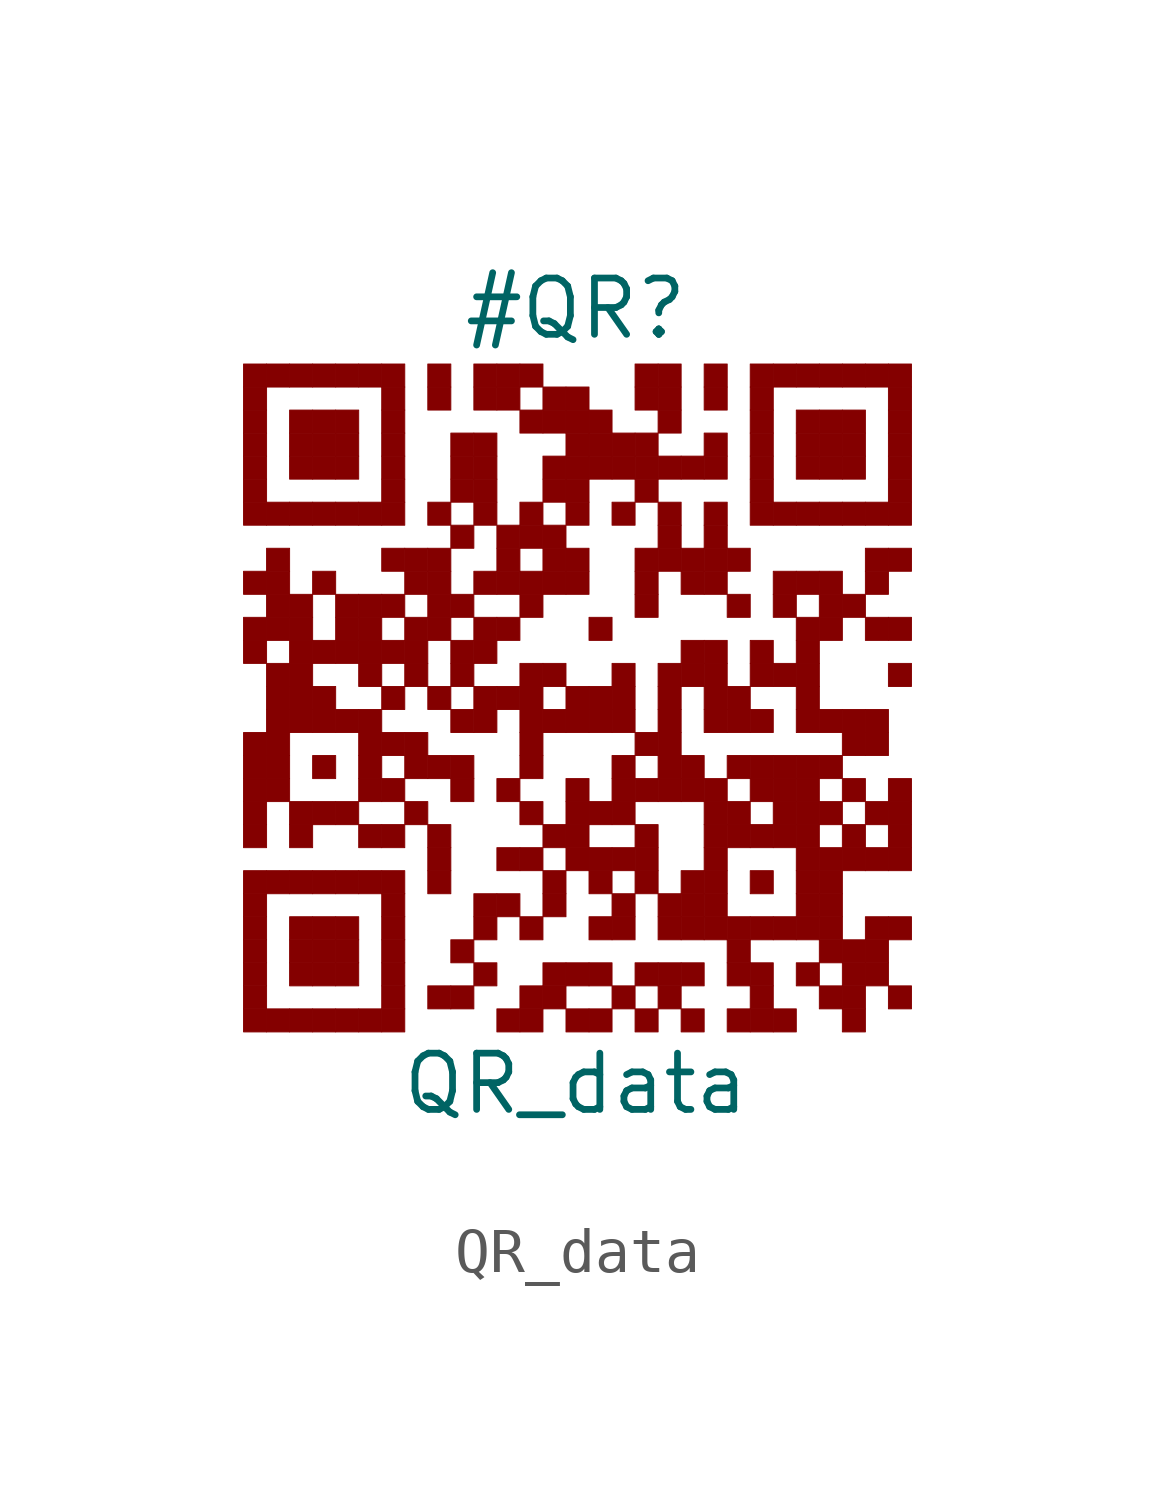
<source format=kicad_sym>
(kicad_symbol_lib
  (version 20211014)
  (generator kibot)
  (symbol "QR_data"
    (pin_numbers hide)
    (pin_names hide)
    (property "Reference" "#QR"
      (at 0 8.75 0)
      (effects (font (size 1.27 1.27))))
    (property "Value" "QR_data"
      (at 0 -8.75 0)
      (effects (font (size 1.27 1.27))))
    (rectangle
      (start -7.5 7.5)
      (end -6.98 6.98)
      (stroke (width 0.001) (type default))
      (fill (type outline)))
    (rectangle
      (start -6.98 7.5)
      (end -6.46 6.98)
      (stroke (width 0.001) (type default))
      (fill (type outline)))
    (rectangle
      (start -6.46 7.5)
      (end -5.94 6.98)
      (stroke (width 0.001) (type default))
      (fill (type outline)))
    (rectangle
      (start -5.94 7.5)
      (end -5.42 6.98)
      (stroke (width 0.001) (type default))
      (fill (type outline)))
    (rectangle
      (start -5.42 7.5)
      (end -4.9 6.98)
      (stroke (width 0.001) (type default))
      (fill (type outline)))
    (rectangle
      (start -4.9 7.5)
      (end -4.38 6.98)
      (stroke (width 0.001) (type default))
      (fill (type outline)))
    (rectangle
      (start -4.38 7.5)
      (end -3.86 6.98)
      (stroke (width 0.001) (type default))
      (fill (type outline)))
    (rectangle
      (start -3.34 7.5)
      (end -2.82 6.98)
      (stroke (width 0.001) (type default))
      (fill (type outline)))
    (rectangle
      (start -2.3 7.5)
      (end -1.78 6.98)
      (stroke (width 0.001) (type default))
      (fill (type outline)))
    (rectangle
      (start -1.78 7.5)
      (end -1.26 6.98)
      (stroke (width 0.001) (type default))
      (fill (type outline)))
    (rectangle
      (start -1.26 7.5)
      (end -0.74 6.98)
      (stroke (width 0.001) (type default))
      (fill (type outline)))
    (rectangle
      (start 1.34 7.5)
      (end 1.86 6.98)
      (stroke (width 0.001) (type default))
      (fill (type outline)))
    (rectangle
      (start 1.86 7.5)
      (end 2.38 6.98)
      (stroke (width 0.001) (type default))
      (fill (type outline)))
    (rectangle
      (start 2.9 7.5)
      (end 3.42 6.98)
      (stroke (width 0.001) (type default))
      (fill (type outline)))
    (rectangle
      (start 3.94 7.5)
      (end 4.46 6.98)
      (stroke (width 0.001) (type default))
      (fill (type outline)))
    (rectangle
      (start 4.46 7.5)
      (end 4.98 6.98)
      (stroke (width 0.001) (type default))
      (fill (type outline)))
    (rectangle
      (start 4.98 7.5)
      (end 5.5 6.98)
      (stroke (width 0.001) (type default))
      (fill (type outline)))
    (rectangle
      (start 5.5 7.5)
      (end 6.02 6.98)
      (stroke (width 0.001) (type default))
      (fill (type outline)))
    (rectangle
      (start 6.02 7.5)
      (end 6.54 6.98)
      (stroke (width 0.001) (type default))
      (fill (type outline)))
    (rectangle
      (start 6.54 7.5)
      (end 7.06 6.98)
      (stroke (width 0.001) (type default))
      (fill (type outline)))
    (rectangle
      (start 7.06 7.5)
      (end 7.58 6.98)
      (stroke (width 0.001) (type default))
      (fill (type outline)))
    (rectangle
      (start -7.5 6.98)
      (end -6.98 6.46)
      (stroke (width 0.001) (type default))
      (fill (type outline)))
    (rectangle
      (start -4.38 6.98)
      (end -3.86 6.46)
      (stroke (width 0.001) (type default))
      (fill (type outline)))
    (rectangle
      (start -3.34 6.98)
      (end -2.82 6.46)
      (stroke (width 0.001) (type default))
      (fill (type outline)))
    (rectangle
      (start -2.3 6.98)
      (end -1.78 6.46)
      (stroke (width 0.001) (type default))
      (fill (type outline)))
    (rectangle
      (start -1.78 6.98)
      (end -1.26 6.46)
      (stroke (width 0.001) (type default))
      (fill (type outline)))
    (rectangle
      (start -0.74 6.98)
      (end -0.22 6.46)
      (stroke (width 0.001) (type default))
      (fill (type outline)))
    (rectangle
      (start -0.22 6.98)
      (end 0.3 6.46)
      (stroke (width 0.001) (type default))
      (fill (type outline)))
    (rectangle
      (start 1.34 6.98)
      (end 1.86 6.46)
      (stroke (width 0.001) (type default))
      (fill (type outline)))
    (rectangle
      (start 1.86 6.98)
      (end 2.38 6.46)
      (stroke (width 0.001) (type default))
      (fill (type outline)))
    (rectangle
      (start 2.9 6.98)
      (end 3.42 6.46)
      (stroke (width 0.001) (type default))
      (fill (type outline)))
    (rectangle
      (start 3.94 6.98)
      (end 4.46 6.46)
      (stroke (width 0.001) (type default))
      (fill (type outline)))
    (rectangle
      (start 7.06 6.98)
      (end 7.58 6.46)
      (stroke (width 0.001) (type default))
      (fill (type outline)))
    (rectangle
      (start -7.5 6.46)
      (end -6.98 5.94)
      (stroke (width 0.001) (type default))
      (fill (type outline)))
    (rectangle
      (start -6.46 6.46)
      (end -5.94 5.94)
      (stroke (width 0.001) (type default))
      (fill (type outline)))
    (rectangle
      (start -5.94 6.46)
      (end -5.42 5.94)
      (stroke (width 0.001) (type default))
      (fill (type outline)))
    (rectangle
      (start -5.42 6.46)
      (end -4.9 5.94)
      (stroke (width 0.001) (type default))
      (fill (type outline)))
    (rectangle
      (start -4.38 6.46)
      (end -3.86 5.94)
      (stroke (width 0.001) (type default))
      (fill (type outline)))
    (rectangle
      (start -1.26 6.46)
      (end -0.74 5.94)
      (stroke (width 0.001) (type default))
      (fill (type outline)))
    (rectangle
      (start -0.74 6.46)
      (end -0.22 5.94)
      (stroke (width 0.001) (type default))
      (fill (type outline)))
    (rectangle
      (start -0.22 6.46)
      (end 0.3 5.94)
      (stroke (width 0.001) (type default))
      (fill (type outline)))
    (rectangle
      (start 0.3 6.46)
      (end 0.82 5.94)
      (stroke (width 0.001) (type default))
      (fill (type outline)))
    (rectangle
      (start 1.86 6.46)
      (end 2.38 5.94)
      (stroke (width 0.001) (type default))
      (fill (type outline)))
    (rectangle
      (start 3.94 6.46)
      (end 4.46 5.94)
      (stroke (width 0.001) (type default))
      (fill (type outline)))
    (rectangle
      (start 4.98 6.46)
      (end 5.5 5.94)
      (stroke (width 0.001) (type default))
      (fill (type outline)))
    (rectangle
      (start 5.5 6.46)
      (end 6.02 5.94)
      (stroke (width 0.001) (type default))
      (fill (type outline)))
    (rectangle
      (start 6.02 6.46)
      (end 6.54 5.94)
      (stroke (width 0.001) (type default))
      (fill (type outline)))
    (rectangle
      (start 7.06 6.46)
      (end 7.58 5.94)
      (stroke (width 0.001) (type default))
      (fill (type outline)))
    (rectangle
      (start -7.5 5.94)
      (end -6.98 5.42)
      (stroke (width 0.001) (type default))
      (fill (type outline)))
    (rectangle
      (start -6.46 5.94)
      (end -5.94 5.42)
      (stroke (width 0.001) (type default))
      (fill (type outline)))
    (rectangle
      (start -5.94 5.94)
      (end -5.42 5.42)
      (stroke (width 0.001) (type default))
      (fill (type outline)))
    (rectangle
      (start -5.42 5.94)
      (end -4.9 5.42)
      (stroke (width 0.001) (type default))
      (fill (type outline)))
    (rectangle
      (start -4.38 5.94)
      (end -3.86 5.42)
      (stroke (width 0.001) (type default))
      (fill (type outline)))
    (rectangle
      (start -2.82 5.94)
      (end -2.3 5.42)
      (stroke (width 0.001) (type default))
      (fill (type outline)))
    (rectangle
      (start -2.3 5.94)
      (end -1.78 5.42)
      (stroke (width 0.001) (type default))
      (fill (type outline)))
    (rectangle
      (start -0.22 5.94)
      (end 0.3 5.42)
      (stroke (width 0.001) (type default))
      (fill (type outline)))
    (rectangle
      (start 0.3 5.94)
      (end 0.82 5.42)
      (stroke (width 0.001) (type default))
      (fill (type outline)))
    (rectangle
      (start 0.82 5.94)
      (end 1.34 5.42)
      (stroke (width 0.001) (type default))
      (fill (type outline)))
    (rectangle
      (start 1.34 5.94)
      (end 1.86 5.42)
      (stroke (width 0.001) (type default))
      (fill (type outline)))
    (rectangle
      (start 2.9 5.94)
      (end 3.42 5.42)
      (stroke (width 0.001) (type default))
      (fill (type outline)))
    (rectangle
      (start 3.94 5.94)
      (end 4.46 5.42)
      (stroke (width 0.001) (type default))
      (fill (type outline)))
    (rectangle
      (start 4.98 5.94)
      (end 5.5 5.42)
      (stroke (width 0.001) (type default))
      (fill (type outline)))
    (rectangle
      (start 5.5 5.94)
      (end 6.02 5.42)
      (stroke (width 0.001) (type default))
      (fill (type outline)))
    (rectangle
      (start 6.02 5.94)
      (end 6.54 5.42)
      (stroke (width 0.001) (type default))
      (fill (type outline)))
    (rectangle
      (start 7.06 5.94)
      (end 7.58 5.42)
      (stroke (width 0.001) (type default))
      (fill (type outline)))
    (rectangle
      (start -7.5 5.42)
      (end -6.98 4.9)
      (stroke (width 0.001) (type default))
      (fill (type outline)))
    (rectangle
      (start -6.46 5.42)
      (end -5.94 4.9)
      (stroke (width 0.001) (type default))
      (fill (type outline)))
    (rectangle
      (start -5.94 5.42)
      (end -5.42 4.9)
      (stroke (width 0.001) (type default))
      (fill (type outline)))
    (rectangle
      (start -5.42 5.42)
      (end -4.9 4.9)
      (stroke (width 0.001) (type default))
      (fill (type outline)))
    (rectangle
      (start -4.38 5.42)
      (end -3.86 4.9)
      (stroke (width 0.001) (type default))
      (fill (type outline)))
    (rectangle
      (start -2.82 5.42)
      (end -2.3 4.9)
      (stroke (width 0.001) (type default))
      (fill (type outline)))
    (rectangle
      (start -2.3 5.42)
      (end -1.78 4.9)
      (stroke (width 0.001) (type default))
      (fill (type outline)))
    (rectangle
      (start -0.74 5.42)
      (end -0.22 4.9)
      (stroke (width 0.001) (type default))
      (fill (type outline)))
    (rectangle
      (start -0.22 5.42)
      (end 0.3 4.9)
      (stroke (width 0.001) (type default))
      (fill (type outline)))
    (rectangle
      (start 0.3 5.42)
      (end 0.82 4.9)
      (stroke (width 0.001) (type default))
      (fill (type outline)))
    (rectangle
      (start 0.82 5.42)
      (end 1.34 4.9)
      (stroke (width 0.001) (type default))
      (fill (type outline)))
    (rectangle
      (start 1.34 5.42)
      (end 1.86 4.9)
      (stroke (width 0.001) (type default))
      (fill (type outline)))
    (rectangle
      (start 1.86 5.42)
      (end 2.38 4.9)
      (stroke (width 0.001) (type default))
      (fill (type outline)))
    (rectangle
      (start 2.38 5.42)
      (end 2.9 4.9)
      (stroke (width 0.001) (type default))
      (fill (type outline)))
    (rectangle
      (start 2.9 5.42)
      (end 3.42 4.9)
      (stroke (width 0.001) (type default))
      (fill (type outline)))
    (rectangle
      (start 3.94 5.42)
      (end 4.46 4.9)
      (stroke (width 0.001) (type default))
      (fill (type outline)))
    (rectangle
      (start 4.98 5.42)
      (end 5.5 4.9)
      (stroke (width 0.001) (type default))
      (fill (type outline)))
    (rectangle
      (start 5.5 5.42)
      (end 6.02 4.9)
      (stroke (width 0.001) (type default))
      (fill (type outline)))
    (rectangle
      (start 6.02 5.42)
      (end 6.54 4.9)
      (stroke (width 0.001) (type default))
      (fill (type outline)))
    (rectangle
      (start 7.06 5.42)
      (end 7.58 4.9)
      (stroke (width 0.001) (type default))
      (fill (type outline)))
    (rectangle
      (start -7.5 4.9)
      (end -6.98 4.38)
      (stroke (width 0.001) (type default))
      (fill (type outline)))
    (rectangle
      (start -4.38 4.9)
      (end -3.86 4.38)
      (stroke (width 0.001) (type default))
      (fill (type outline)))
    (rectangle
      (start -2.82 4.9)
      (end -2.3 4.38)
      (stroke (width 0.001) (type default))
      (fill (type outline)))
    (rectangle
      (start -2.3 4.9)
      (end -1.78 4.38)
      (stroke (width 0.001) (type default))
      (fill (type outline)))
    (rectangle
      (start -0.74 4.9)
      (end -0.22 4.38)
      (stroke (width 0.001) (type default))
      (fill (type outline)))
    (rectangle
      (start -0.22 4.9)
      (end 0.3 4.38)
      (stroke (width 0.001) (type default))
      (fill (type outline)))
    (rectangle
      (start 1.34 4.9)
      (end 1.86 4.38)
      (stroke (width 0.001) (type default))
      (fill (type outline)))
    (rectangle
      (start 3.94 4.9)
      (end 4.46 4.38)
      (stroke (width 0.001) (type default))
      (fill (type outline)))
    (rectangle
      (start 7.06 4.9)
      (end 7.58 4.38)
      (stroke (width 0.001) (type default))
      (fill (type outline)))
    (rectangle
      (start -7.5 4.38)
      (end -6.98 3.86)
      (stroke (width 0.001) (type default))
      (fill (type outline)))
    (rectangle
      (start -6.98 4.38)
      (end -6.46 3.86)
      (stroke (width 0.001) (type default))
      (fill (type outline)))
    (rectangle
      (start -6.46 4.38)
      (end -5.94 3.86)
      (stroke (width 0.001) (type default))
      (fill (type outline)))
    (rectangle
      (start -5.94 4.38)
      (end -5.42 3.86)
      (stroke (width 0.001) (type default))
      (fill (type outline)))
    (rectangle
      (start -5.42 4.38)
      (end -4.9 3.86)
      (stroke (width 0.001) (type default))
      (fill (type outline)))
    (rectangle
      (start -4.9 4.38)
      (end -4.38 3.86)
      (stroke (width 0.001) (type default))
      (fill (type outline)))
    (rectangle
      (start -4.38 4.38)
      (end -3.86 3.86)
      (stroke (width 0.001) (type default))
      (fill (type outline)))
    (rectangle
      (start -3.34 4.38)
      (end -2.82 3.86)
      (stroke (width 0.001) (type default))
      (fill (type outline)))
    (rectangle
      (start -2.3 4.38)
      (end -1.78 3.86)
      (stroke (width 0.001) (type default))
      (fill (type outline)))
    (rectangle
      (start -1.26 4.38)
      (end -0.74 3.86)
      (stroke (width 0.001) (type default))
      (fill (type outline)))
    (rectangle
      (start -0.22 4.38)
      (end 0.3 3.86)
      (stroke (width 0.001) (type default))
      (fill (type outline)))
    (rectangle
      (start 0.82 4.38)
      (end 1.34 3.86)
      (stroke (width 0.001) (type default))
      (fill (type outline)))
    (rectangle
      (start 1.86 4.38)
      (end 2.38 3.86)
      (stroke (width 0.001) (type default))
      (fill (type outline)))
    (rectangle
      (start 2.9 4.38)
      (end 3.42 3.86)
      (stroke (width 0.001) (type default))
      (fill (type outline)))
    (rectangle
      (start 3.94 4.38)
      (end 4.46 3.86)
      (stroke (width 0.001) (type default))
      (fill (type outline)))
    (rectangle
      (start 4.46 4.38)
      (end 4.98 3.86)
      (stroke (width 0.001) (type default))
      (fill (type outline)))
    (rectangle
      (start 4.98 4.38)
      (end 5.5 3.86)
      (stroke (width 0.001) (type default))
      (fill (type outline)))
    (rectangle
      (start 5.5 4.38)
      (end 6.02 3.86)
      (stroke (width 0.001) (type default))
      (fill (type outline)))
    (rectangle
      (start 6.02 4.38)
      (end 6.54 3.86)
      (stroke (width 0.001) (type default))
      (fill (type outline)))
    (rectangle
      (start 6.54 4.38)
      (end 7.06 3.86)
      (stroke (width 0.001) (type default))
      (fill (type outline)))
    (rectangle
      (start 7.06 4.38)
      (end 7.58 3.86)
      (stroke (width 0.001) (type default))
      (fill (type outline)))
    (rectangle
      (start -2.82 3.86)
      (end -2.3 3.34)
      (stroke (width 0.001) (type default))
      (fill (type outline)))
    (rectangle
      (start -1.78 3.86)
      (end -1.26 3.34)
      (stroke (width 0.001) (type default))
      (fill (type outline)))
    (rectangle
      (start -1.26 3.86)
      (end -0.74 3.34)
      (stroke (width 0.001) (type default))
      (fill (type outline)))
    (rectangle
      (start -0.74 3.86)
      (end -0.22 3.34)
      (stroke (width 0.001) (type default))
      (fill (type outline)))
    (rectangle
      (start 1.86 3.86)
      (end 2.38 3.34)
      (stroke (width 0.001) (type default))
      (fill (type outline)))
    (rectangle
      (start 2.9 3.86)
      (end 3.42 3.34)
      (stroke (width 0.001) (type default))
      (fill (type outline)))
    (rectangle
      (start -6.98 3.34)
      (end -6.46 2.82)
      (stroke (width 0.001) (type default))
      (fill (type outline)))
    (rectangle
      (start -4.38 3.34)
      (end -3.86 2.82)
      (stroke (width 0.001) (type default))
      (fill (type outline)))
    (rectangle
      (start -3.86 3.34)
      (end -3.34 2.82)
      (stroke (width 0.001) (type default))
      (fill (type outline)))
    (rectangle
      (start -3.34 3.34)
      (end -2.82 2.82)
      (stroke (width 0.001) (type default))
      (fill (type outline)))
    (rectangle
      (start -1.78 3.34)
      (end -1.26 2.82)
      (stroke (width 0.001) (type default))
      (fill (type outline)))
    (rectangle
      (start -0.74 3.34)
      (end -0.22 2.82)
      (stroke (width 0.001) (type default))
      (fill (type outline)))
    (rectangle
      (start -0.22 3.34)
      (end 0.3 2.82)
      (stroke (width 0.001) (type default))
      (fill (type outline)))
    (rectangle
      (start 1.34 3.34)
      (end 1.86 2.82)
      (stroke (width 0.001) (type default))
      (fill (type outline)))
    (rectangle
      (start 1.86 3.34)
      (end 2.38 2.82)
      (stroke (width 0.001) (type default))
      (fill (type outline)))
    (rectangle
      (start 2.38 3.34)
      (end 2.9 2.82)
      (stroke (width 0.001) (type default))
      (fill (type outline)))
    (rectangle
      (start 2.9 3.34)
      (end 3.42 2.82)
      (stroke (width 0.001) (type default))
      (fill (type outline)))
    (rectangle
      (start 3.42 3.34)
      (end 3.94 2.82)
      (stroke (width 0.001) (type default))
      (fill (type outline)))
    (rectangle
      (start 6.54 3.34)
      (end 7.06 2.82)
      (stroke (width 0.001) (type default))
      (fill (type outline)))
    (rectangle
      (start 7.06 3.34)
      (end 7.58 2.82)
      (stroke (width 0.001) (type default))
      (fill (type outline)))
    (rectangle
      (start -7.5 2.82)
      (end -6.98 2.3)
      (stroke (width 0.001) (type default))
      (fill (type outline)))
    (rectangle
      (start -6.98 2.82)
      (end -6.46 2.3)
      (stroke (width 0.001) (type default))
      (fill (type outline)))
    (rectangle
      (start -5.94 2.82)
      (end -5.42 2.3)
      (stroke (width 0.001) (type default))
      (fill (type outline)))
    (rectangle
      (start -3.86 2.82)
      (end -3.34 2.3)
      (stroke (width 0.001) (type default))
      (fill (type outline)))
    (rectangle
      (start -3.34 2.82)
      (end -2.82 2.3)
      (stroke (width 0.001) (type default))
      (fill (type outline)))
    (rectangle
      (start -2.3 2.82)
      (end -1.78 2.3)
      (stroke (width 0.001) (type default))
      (fill (type outline)))
    (rectangle
      (start -1.78 2.82)
      (end -1.26 2.3)
      (stroke (width 0.001) (type default))
      (fill (type outline)))
    (rectangle
      (start -1.26 2.82)
      (end -0.74 2.3)
      (stroke (width 0.001) (type default))
      (fill (type outline)))
    (rectangle
      (start -0.74 2.82)
      (end -0.22 2.3)
      (stroke (width 0.001) (type default))
      (fill (type outline)))
    (rectangle
      (start -0.22 2.82)
      (end 0.3 2.3)
      (stroke (width 0.001) (type default))
      (fill (type outline)))
    (rectangle
      (start 1.34 2.82)
      (end 1.86 2.3)
      (stroke (width 0.001) (type default))
      (fill (type outline)))
    (rectangle
      (start 2.38 2.82)
      (end 2.9 2.3)
      (stroke (width 0.001) (type default))
      (fill (type outline)))
    (rectangle
      (start 2.9 2.82)
      (end 3.42 2.3)
      (stroke (width 0.001) (type default))
      (fill (type outline)))
    (rectangle
      (start 4.46 2.82)
      (end 4.98 2.3)
      (stroke (width 0.001) (type default))
      (fill (type outline)))
    (rectangle
      (start 4.98 2.82)
      (end 5.5 2.3)
      (stroke (width 0.001) (type default))
      (fill (type outline)))
    (rectangle
      (start 5.5 2.82)
      (end 6.02 2.3)
      (stroke (width 0.001) (type default))
      (fill (type outline)))
    (rectangle
      (start 6.54 2.82)
      (end 7.06 2.3)
      (stroke (width 0.001) (type default))
      (fill (type outline)))
    (rectangle
      (start -6.98 2.3)
      (end -6.46 1.78)
      (stroke (width 0.001) (type default))
      (fill (type outline)))
    (rectangle
      (start -6.46 2.3)
      (end -5.94 1.78)
      (stroke (width 0.001) (type default))
      (fill (type outline)))
    (rectangle
      (start -5.42 2.3)
      (end -4.9 1.78)
      (stroke (width 0.001) (type default))
      (fill (type outline)))
    (rectangle
      (start -4.9 2.3)
      (end -4.38 1.78)
      (stroke (width 0.001) (type default))
      (fill (type outline)))
    (rectangle
      (start -4.38 2.3)
      (end -3.86 1.78)
      (stroke (width 0.001) (type default))
      (fill (type outline)))
    (rectangle
      (start -3.34 2.3)
      (end -2.82 1.78)
      (stroke (width 0.001) (type default))
      (fill (type outline)))
    (rectangle
      (start -2.82 2.3)
      (end -2.3 1.78)
      (stroke (width 0.001) (type default))
      (fill (type outline)))
    (rectangle
      (start -1.26 2.3)
      (end -0.74 1.78)
      (stroke (width 0.001) (type default))
      (fill (type outline)))
    (rectangle
      (start 1.34 2.3)
      (end 1.86 1.78)
      (stroke (width 0.001) (type default))
      (fill (type outline)))
    (rectangle
      (start 3.42 2.3)
      (end 3.94 1.78)
      (stroke (width 0.001) (type default))
      (fill (type outline)))
    (rectangle
      (start 4.46 2.3)
      (end 4.98 1.78)
      (stroke (width 0.001) (type default))
      (fill (type outline)))
    (rectangle
      (start 5.5 2.3)
      (end 6.02 1.78)
      (stroke (width 0.001) (type default))
      (fill (type outline)))
    (rectangle
      (start 6.02 2.3)
      (end 6.54 1.78)
      (stroke (width 0.001) (type default))
      (fill (type outline)))
    (rectangle
      (start -7.5 1.78)
      (end -6.98 1.26)
      (stroke (width 0.001) (type default))
      (fill (type outline)))
    (rectangle
      (start -6.98 1.78)
      (end -6.46 1.26)
      (stroke (width 0.001) (type default))
      (fill (type outline)))
    (rectangle
      (start -6.46 1.78)
      (end -5.94 1.26)
      (stroke (width 0.001) (type default))
      (fill (type outline)))
    (rectangle
      (start -5.42 1.78)
      (end -4.9 1.26)
      (stroke (width 0.001) (type default))
      (fill (type outline)))
    (rectangle
      (start -4.9 1.78)
      (end -4.38 1.26)
      (stroke (width 0.001) (type default))
      (fill (type outline)))
    (rectangle
      (start -3.86 1.78)
      (end -3.34 1.26)
      (stroke (width 0.001) (type default))
      (fill (type outline)))
    (rectangle
      (start -3.34 1.78)
      (end -2.82 1.26)
      (stroke (width 0.001) (type default))
      (fill (type outline)))
    (rectangle
      (start -2.3 1.78)
      (end -1.78 1.26)
      (stroke (width 0.001) (type default))
      (fill (type outline)))
    (rectangle
      (start -1.78 1.78)
      (end -1.26 1.26)
      (stroke (width 0.001) (type default))
      (fill (type outline)))
    (rectangle
      (start 0.3 1.78)
      (end 0.82 1.26)
      (stroke (width 0.001) (type default))
      (fill (type outline)))
    (rectangle
      (start 4.98 1.78)
      (end 5.5 1.26)
      (stroke (width 0.001) (type default))
      (fill (type outline)))
    (rectangle
      (start 5.5 1.78)
      (end 6.02 1.26)
      (stroke (width 0.001) (type default))
      (fill (type outline)))
    (rectangle
      (start 6.54 1.78)
      (end 7.06 1.26)
      (stroke (width 0.001) (type default))
      (fill (type outline)))
    (rectangle
      (start 7.06 1.78)
      (end 7.58 1.26)
      (stroke (width 0.001) (type default))
      (fill (type outline)))
    (rectangle
      (start -7.5 1.26)
      (end -6.98 0.74)
      (stroke (width 0.001) (type default))
      (fill (type outline)))
    (rectangle
      (start -6.46 1.26)
      (end -5.94 0.74)
      (stroke (width 0.001) (type default))
      (fill (type outline)))
    (rectangle
      (start -5.94 1.26)
      (end -5.42 0.74)
      (stroke (width 0.001) (type default))
      (fill (type outline)))
    (rectangle
      (start -5.42 1.26)
      (end -4.9 0.74)
      (stroke (width 0.001) (type default))
      (fill (type outline)))
    (rectangle
      (start -4.9 1.26)
      (end -4.38 0.74)
      (stroke (width 0.001) (type default))
      (fill (type outline)))
    (rectangle
      (start -4.38 1.26)
      (end -3.86 0.74)
      (stroke (width 0.001) (type default))
      (fill (type outline)))
    (rectangle
      (start -3.86 1.26)
      (end -3.34 0.74)
      (stroke (width 0.001) (type default))
      (fill (type outline)))
    (rectangle
      (start -2.82 1.26)
      (end -2.3 0.74)
      (stroke (width 0.001) (type default))
      (fill (type outline)))
    (rectangle
      (start -2.3 1.26)
      (end -1.78 0.74)
      (stroke (width 0.001) (type default))
      (fill (type outline)))
    (rectangle
      (start 2.38 1.26)
      (end 2.9 0.74)
      (stroke (width 0.001) (type default))
      (fill (type outline)))
    (rectangle
      (start 2.9 1.26)
      (end 3.42 0.74)
      (stroke (width 0.001) (type default))
      (fill (type outline)))
    (rectangle
      (start 3.94 1.26)
      (end 4.46 0.74)
      (stroke (width 0.001) (type default))
      (fill (type outline)))
    (rectangle
      (start 4.98 1.26)
      (end 5.5 0.74)
      (stroke (width 0.001) (type default))
      (fill (type outline)))
    (rectangle
      (start -6.98 0.74)
      (end -6.46 0.22)
      (stroke (width 0.001) (type default))
      (fill (type outline)))
    (rectangle
      (start -6.46 0.74)
      (end -5.94 0.22)
      (stroke (width 0.001) (type default))
      (fill (type outline)))
    (rectangle
      (start -4.9 0.74)
      (end -4.38 0.22)
      (stroke (width 0.001) (type default))
      (fill (type outline)))
    (rectangle
      (start -3.86 0.74)
      (end -3.34 0.22)
      (stroke (width 0.001) (type default))
      (fill (type outline)))
    (rectangle
      (start -2.82 0.74)
      (end -2.3 0.22)
      (stroke (width 0.001) (type default))
      (fill (type outline)))
    (rectangle
      (start -1.26 0.74)
      (end -0.74 0.22)
      (stroke (width 0.001) (type default))
      (fill (type outline)))
    (rectangle
      (start -0.74 0.74)
      (end -0.22 0.22)
      (stroke (width 0.001) (type default))
      (fill (type outline)))
    (rectangle
      (start 0.82 0.74)
      (end 1.34 0.22)
      (stroke (width 0.001) (type default))
      (fill (type outline)))
    (rectangle
      (start 1.86 0.74)
      (end 2.38 0.22)
      (stroke (width 0.001) (type default))
      (fill (type outline)))
    (rectangle
      (start 2.38 0.74)
      (end 2.9 0.22)
      (stroke (width 0.001) (type default))
      (fill (type outline)))
    (rectangle
      (start 2.9 0.74)
      (end 3.42 0.22)
      (stroke (width 0.001) (type default))
      (fill (type outline)))
    (rectangle
      (start 3.94 0.74)
      (end 4.46 0.22)
      (stroke (width 0.001) (type default))
      (fill (type outline)))
    (rectangle
      (start 4.46 0.74)
      (end 4.98 0.22)
      (stroke (width 0.001) (type default))
      (fill (type outline)))
    (rectangle
      (start 4.98 0.74)
      (end 5.5 0.22)
      (stroke (width 0.001) (type default))
      (fill (type outline)))
    (rectangle
      (start 7.06 0.74)
      (end 7.58 0.22)
      (stroke (width 0.001) (type default))
      (fill (type outline)))
    (rectangle
      (start -6.98 0.22)
      (end -6.46 -0.3)
      (stroke (width 0.001) (type default))
      (fill (type outline)))
    (rectangle
      (start -6.46 0.22)
      (end -5.94 -0.3)
      (stroke (width 0.001) (type default))
      (fill (type outline)))
    (rectangle
      (start -5.94 0.22)
      (end -5.42 -0.3)
      (stroke (width 0.001) (type default))
      (fill (type outline)))
    (rectangle
      (start -4.38 0.22)
      (end -3.86 -0.3)
      (stroke (width 0.001) (type default))
      (fill (type outline)))
    (rectangle
      (start -3.34 0.22)
      (end -2.82 -0.3)
      (stroke (width 0.001) (type default))
      (fill (type outline)))
    (rectangle
      (start -2.3 0.22)
      (end -1.78 -0.3)
      (stroke (width 0.001) (type default))
      (fill (type outline)))
    (rectangle
      (start -1.78 0.22)
      (end -1.26 -0.3)
      (stroke (width 0.001) (type default))
      (fill (type outline)))
    (rectangle
      (start -1.26 0.22)
      (end -0.74 -0.3)
      (stroke (width 0.001) (type default))
      (fill (type outline)))
    (rectangle
      (start -0.22 0.22)
      (end 0.3 -0.3)
      (stroke (width 0.001) (type default))
      (fill (type outline)))
    (rectangle
      (start 0.3 0.22)
      (end 0.82 -0.3)
      (stroke (width 0.001) (type default))
      (fill (type outline)))
    (rectangle
      (start 0.82 0.22)
      (end 1.34 -0.3)
      (stroke (width 0.001) (type default))
      (fill (type outline)))
    (rectangle
      (start 1.86 0.22)
      (end 2.38 -0.3)
      (stroke (width 0.001) (type default))
      (fill (type outline)))
    (rectangle
      (start 2.9 0.22)
      (end 3.42 -0.3)
      (stroke (width 0.001) (type default))
      (fill (type outline)))
    (rectangle
      (start 3.42 0.22)
      (end 3.94 -0.3)
      (stroke (width 0.001) (type default))
      (fill (type outline)))
    (rectangle
      (start 4.98 0.22)
      (end 5.5 -0.3)
      (stroke (width 0.001) (type default))
      (fill (type outline)))
    (rectangle
      (start -6.98 -0.3)
      (end -6.46 -0.82)
      (stroke (width 0.001) (type default))
      (fill (type outline)))
    (rectangle
      (start -6.46 -0.3)
      (end -5.94 -0.82)
      (stroke (width 0.001) (type default))
      (fill (type outline)))
    (rectangle
      (start -5.94 -0.3)
      (end -5.42 -0.82)
      (stroke (width 0.001) (type default))
      (fill (type outline)))
    (rectangle
      (start -5.42 -0.3)
      (end -4.9 -0.82)
      (stroke (width 0.001) (type default))
      (fill (type outline)))
    (rectangle
      (start -4.9 -0.3)
      (end -4.38 -0.82)
      (stroke (width 0.001) (type default))
      (fill (type outline)))
    (rectangle
      (start -2.82 -0.3)
      (end -2.3 -0.82)
      (stroke (width 0.001) (type default))
      (fill (type outline)))
    (rectangle
      (start -2.3 -0.3)
      (end -1.78 -0.82)
      (stroke (width 0.001) (type default))
      (fill (type outline)))
    (rectangle
      (start -1.26 -0.3)
      (end -0.74 -0.82)
      (stroke (width 0.001) (type default))
      (fill (type outline)))
    (rectangle
      (start -0.74 -0.3)
      (end -0.22 -0.82)
      (stroke (width 0.001) (type default))
      (fill (type outline)))
    (rectangle
      (start -0.22 -0.3)
      (end 0.3 -0.82)
      (stroke (width 0.001) (type default))
      (fill (type outline)))
    (rectangle
      (start 0.3 -0.3)
      (end 0.82 -0.82)
      (stroke (width 0.001) (type default))
      (fill (type outline)))
    (rectangle
      (start 0.82 -0.3)
      (end 1.34 -0.82)
      (stroke (width 0.001) (type default))
      (fill (type outline)))
    (rectangle
      (start 1.86 -0.3)
      (end 2.38 -0.82)
      (stroke (width 0.001) (type default))
      (fill (type outline)))
    (rectangle
      (start 2.9 -0.3)
      (end 3.42 -0.82)
      (stroke (width 0.001) (type default))
      (fill (type outline)))
    (rectangle
      (start 3.42 -0.3)
      (end 3.94 -0.82)
      (stroke (width 0.001) (type default))
      (fill (type outline)))
    (rectangle
      (start 3.94 -0.3)
      (end 4.46 -0.82)
      (stroke (width 0.001) (type default))
      (fill (type outline)))
    (rectangle
      (start 4.98 -0.3)
      (end 5.5 -0.82)
      (stroke (width 0.001) (type default))
      (fill (type outline)))
    (rectangle
      (start 5.5 -0.3)
      (end 6.02 -0.82)
      (stroke (width 0.001) (type default))
      (fill (type outline)))
    (rectangle
      (start 6.02 -0.3)
      (end 6.54 -0.82)
      (stroke (width 0.001) (type default))
      (fill (type outline)))
    (rectangle
      (start 6.54 -0.3)
      (end 7.06 -0.82)
      (stroke (width 0.001) (type default))
      (fill (type outline)))
    (rectangle
      (start -7.5 -0.82)
      (end -6.98 -1.34)
      (stroke (width 0.001) (type default))
      (fill (type outline)))
    (rectangle
      (start -6.98 -0.82)
      (end -6.46 -1.34)
      (stroke (width 0.001) (type default))
      (fill (type outline)))
    (rectangle
      (start -4.9 -0.82)
      (end -4.38 -1.34)
      (stroke (width 0.001) (type default))
      (fill (type outline)))
    (rectangle
      (start -4.38 -0.82)
      (end -3.86 -1.34)
      (stroke (width 0.001) (type default))
      (fill (type outline)))
    (rectangle
      (start -3.86 -0.82)
      (end -3.34 -1.34)
      (stroke (width 0.001) (type default))
      (fill (type outline)))
    (rectangle
      (start -1.26 -0.82)
      (end -0.74 -1.34)
      (stroke (width 0.001) (type default))
      (fill (type outline)))
    (rectangle
      (start 1.34 -0.82)
      (end 1.86 -1.34)
      (stroke (width 0.001) (type default))
      (fill (type outline)))
    (rectangle
      (start 1.86 -0.82)
      (end 2.38 -1.34)
      (stroke (width 0.001) (type default))
      (fill (type outline)))
    (rectangle
      (start 6.02 -0.82)
      (end 6.54 -1.34)
      (stroke (width 0.001) (type default))
      (fill (type outline)))
    (rectangle
      (start 6.54 -0.82)
      (end 7.06 -1.34)
      (stroke (width 0.001) (type default))
      (fill (type outline)))
    (rectangle
      (start -7.5 -1.34)
      (end -6.98 -1.86)
      (stroke (width 0.001) (type default))
      (fill (type outline)))
    (rectangle
      (start -6.98 -1.34)
      (end -6.46 -1.86)
      (stroke (width 0.001) (type default))
      (fill (type outline)))
    (rectangle
      (start -5.94 -1.34)
      (end -5.42 -1.86)
      (stroke (width 0.001) (type default))
      (fill (type outline)))
    (rectangle
      (start -4.9 -1.34)
      (end -4.38 -1.86)
      (stroke (width 0.001) (type default))
      (fill (type outline)))
    (rectangle
      (start -3.86 -1.34)
      (end -3.34 -1.86)
      (stroke (width 0.001) (type default))
      (fill (type outline)))
    (rectangle
      (start -3.34 -1.34)
      (end -2.82 -1.86)
      (stroke (width 0.001) (type default))
      (fill (type outline)))
    (rectangle
      (start -2.82 -1.34)
      (end -2.3 -1.86)
      (stroke (width 0.001) (type default))
      (fill (type outline)))
    (rectangle
      (start -1.26 -1.34)
      (end -0.74 -1.86)
      (stroke (width 0.001) (type default))
      (fill (type outline)))
    (rectangle
      (start 0.82 -1.34)
      (end 1.34 -1.86)
      (stroke (width 0.001) (type default))
      (fill (type outline)))
    (rectangle
      (start 1.86 -1.34)
      (end 2.38 -1.86)
      (stroke (width 0.001) (type default))
      (fill (type outline)))
    (rectangle
      (start 2.38 -1.34)
      (end 2.9 -1.86)
      (stroke (width 0.001) (type default))
      (fill (type outline)))
    (rectangle
      (start 3.42 -1.34)
      (end 3.94 -1.86)
      (stroke (width 0.001) (type default))
      (fill (type outline)))
    (rectangle
      (start 3.94 -1.34)
      (end 4.46 -1.86)
      (stroke (width 0.001) (type default))
      (fill (type outline)))
    (rectangle
      (start 4.46 -1.34)
      (end 4.98 -1.86)
      (stroke (width 0.001) (type default))
      (fill (type outline)))
    (rectangle
      (start 4.98 -1.34)
      (end 5.5 -1.86)
      (stroke (width 0.001) (type default))
      (fill (type outline)))
    (rectangle
      (start 5.5 -1.34)
      (end 6.02 -1.86)
      (stroke (width 0.001) (type default))
      (fill (type outline)))
    (rectangle
      (start -7.5 -1.86)
      (end -6.98 -2.38)
      (stroke (width 0.001) (type default))
      (fill (type outline)))
    (rectangle
      (start -6.98 -1.86)
      (end -6.46 -2.38)
      (stroke (width 0.001) (type default))
      (fill (type outline)))
    (rectangle
      (start -4.9 -1.86)
      (end -4.38 -2.38)
      (stroke (width 0.001) (type default))
      (fill (type outline)))
    (rectangle
      (start -4.38 -1.86)
      (end -3.86 -2.38)
      (stroke (width 0.001) (type default))
      (fill (type outline)))
    (rectangle
      (start -2.82 -1.86)
      (end -2.3 -2.38)
      (stroke (width 0.001) (type default))
      (fill (type outline)))
    (rectangle
      (start -1.78 -1.86)
      (end -1.26 -2.38)
      (stroke (width 0.001) (type default))
      (fill (type outline)))
    (rectangle
      (start -0.22 -1.86)
      (end 0.3 -2.38)
      (stroke (width 0.001) (type default))
      (fill (type outline)))
    (rectangle
      (start 0.82 -1.86)
      (end 1.34 -2.38)
      (stroke (width 0.001) (type default))
      (fill (type outline)))
    (rectangle
      (start 1.34 -1.86)
      (end 1.86 -2.38)
      (stroke (width 0.001) (type default))
      (fill (type outline)))
    (rectangle
      (start 1.86 -1.86)
      (end 2.38 -2.38)
      (stroke (width 0.001) (type default))
      (fill (type outline)))
    (rectangle
      (start 2.38 -1.86)
      (end 2.9 -2.38)
      (stroke (width 0.001) (type default))
      (fill (type outline)))
    (rectangle
      (start 2.9 -1.86)
      (end 3.42 -2.38)
      (stroke (width 0.001) (type default))
      (fill (type outline)))
    (rectangle
      (start 3.94 -1.86)
      (end 4.46 -2.38)
      (stroke (width 0.001) (type default))
      (fill (type outline)))
    (rectangle
      (start 4.46 -1.86)
      (end 4.98 -2.38)
      (stroke (width 0.001) (type default))
      (fill (type outline)))
    (rectangle
      (start 4.98 -1.86)
      (end 5.5 -2.38)
      (stroke (width 0.001) (type default))
      (fill (type outline)))
    (rectangle
      (start 6.02 -1.86)
      (end 6.54 -2.38)
      (stroke (width 0.001) (type default))
      (fill (type outline)))
    (rectangle
      (start 7.06 -1.86)
      (end 7.58 -2.38)
      (stroke (width 0.001) (type default))
      (fill (type outline)))
    (rectangle
      (start -7.5 -2.38)
      (end -6.98 -2.9)
      (stroke (width 0.001) (type default))
      (fill (type outline)))
    (rectangle
      (start -6.46 -2.38)
      (end -5.94 -2.9)
      (stroke (width 0.001) (type default))
      (fill (type outline)))
    (rectangle
      (start -5.94 -2.38)
      (end -5.42 -2.9)
      (stroke (width 0.001) (type default))
      (fill (type outline)))
    (rectangle
      (start -5.42 -2.38)
      (end -4.9 -2.9)
      (stroke (width 0.001) (type default))
      (fill (type outline)))
    (rectangle
      (start -3.86 -2.38)
      (end -3.34 -2.9)
      (stroke (width 0.001) (type default))
      (fill (type outline)))
    (rectangle
      (start -1.26 -2.38)
      (end -0.74 -2.9)
      (stroke (width 0.001) (type default))
      (fill (type outline)))
    (rectangle
      (start -0.22 -2.38)
      (end 0.3 -2.9)
      (stroke (width 0.001) (type default))
      (fill (type outline)))
    (rectangle
      (start 0.3 -2.38)
      (end 0.82 -2.9)
      (stroke (width 0.001) (type default))
      (fill (type outline)))
    (rectangle
      (start 0.82 -2.38)
      (end 1.34 -2.9)
      (stroke (width 0.001) (type default))
      (fill (type outline)))
    (rectangle
      (start 2.9 -2.38)
      (end 3.42 -2.9)
      (stroke (width 0.001) (type default))
      (fill (type outline)))
    (rectangle
      (start 3.42 -2.38)
      (end 3.94 -2.9)
      (stroke (width 0.001) (type default))
      (fill (type outline)))
    (rectangle
      (start 4.46 -2.38)
      (end 4.98 -2.9)
      (stroke (width 0.001) (type default))
      (fill (type outline)))
    (rectangle
      (start 4.98 -2.38)
      (end 5.5 -2.9)
      (stroke (width 0.001) (type default))
      (fill (type outline)))
    (rectangle
      (start 5.5 -2.38)
      (end 6.02 -2.9)
      (stroke (width 0.001) (type default))
      (fill (type outline)))
    (rectangle
      (start 6.54 -2.38)
      (end 7.06 -2.9)
      (stroke (width 0.001) (type default))
      (fill (type outline)))
    (rectangle
      (start 7.06 -2.38)
      (end 7.58 -2.9)
      (stroke (width 0.001) (type default))
      (fill (type outline)))
    (rectangle
      (start -7.5 -2.9)
      (end -6.98 -3.42)
      (stroke (width 0.001) (type default))
      (fill (type outline)))
    (rectangle
      (start -6.46 -2.9)
      (end -5.94 -3.42)
      (stroke (width 0.001) (type default))
      (fill (type outline)))
    (rectangle
      (start -4.9 -2.9)
      (end -4.38 -3.42)
      (stroke (width 0.001) (type default))
      (fill (type outline)))
    (rectangle
      (start -4.38 -2.9)
      (end -3.86 -3.42)
      (stroke (width 0.001) (type default))
      (fill (type outline)))
    (rectangle
      (start -3.34 -2.9)
      (end -2.82 -3.42)
      (stroke (width 0.001) (type default))
      (fill (type outline)))
    (rectangle
      (start -0.74 -2.9)
      (end -0.22 -3.42)
      (stroke (width 0.001) (type default))
      (fill (type outline)))
    (rectangle
      (start -0.22 -2.9)
      (end 0.3 -3.42)
      (stroke (width 0.001) (type default))
      (fill (type outline)))
    (rectangle
      (start 1.34 -2.9)
      (end 1.86 -3.42)
      (stroke (width 0.001) (type default))
      (fill (type outline)))
    (rectangle
      (start 2.9 -2.9)
      (end 3.42 -3.42)
      (stroke (width 0.001) (type default))
      (fill (type outline)))
    (rectangle
      (start 3.42 -2.9)
      (end 3.94 -3.42)
      (stroke (width 0.001) (type default))
      (fill (type outline)))
    (rectangle
      (start 3.94 -2.9)
      (end 4.46 -3.42)
      (stroke (width 0.001) (type default))
      (fill (type outline)))
    (rectangle
      (start 4.46 -2.9)
      (end 4.98 -3.42)
      (stroke (width 0.001) (type default))
      (fill (type outline)))
    (rectangle
      (start 4.98 -2.9)
      (end 5.5 -3.42)
      (stroke (width 0.001) (type default))
      (fill (type outline)))
    (rectangle
      (start 6.02 -2.9)
      (end 6.54 -3.42)
      (stroke (width 0.001) (type default))
      (fill (type outline)))
    (rectangle
      (start 7.06 -2.9)
      (end 7.58 -3.42)
      (stroke (width 0.001) (type default))
      (fill (type outline)))
    (rectangle
      (start -3.34 -3.42)
      (end -2.82 -3.94)
      (stroke (width 0.001) (type default))
      (fill (type outline)))
    (rectangle
      (start -1.78 -3.42)
      (end -1.26 -3.94)
      (stroke (width 0.001) (type default))
      (fill (type outline)))
    (rectangle
      (start -1.26 -3.42)
      (end -0.74 -3.94)
      (stroke (width 0.001) (type default))
      (fill (type outline)))
    (rectangle
      (start -0.22 -3.42)
      (end 0.3 -3.94)
      (stroke (width 0.001) (type default))
      (fill (type outline)))
    (rectangle
      (start 0.3 -3.42)
      (end 0.82 -3.94)
      (stroke (width 0.001) (type default))
      (fill (type outline)))
    (rectangle
      (start 0.82 -3.42)
      (end 1.34 -3.94)
      (stroke (width 0.001) (type default))
      (fill (type outline)))
    (rectangle
      (start 1.34 -3.42)
      (end 1.86 -3.94)
      (stroke (width 0.001) (type default))
      (fill (type outline)))
    (rectangle
      (start 2.9 -3.42)
      (end 3.42 -3.94)
      (stroke (width 0.001) (type default))
      (fill (type outline)))
    (rectangle
      (start 4.98 -3.42)
      (end 5.5 -3.94)
      (stroke (width 0.001) (type default))
      (fill (type outline)))
    (rectangle
      (start 5.5 -3.42)
      (end 6.02 -3.94)
      (stroke (width 0.001) (type default))
      (fill (type outline)))
    (rectangle
      (start 6.02 -3.42)
      (end 6.54 -3.94)
      (stroke (width 0.001) (type default))
      (fill (type outline)))
    (rectangle
      (start 6.54 -3.42)
      (end 7.06 -3.94)
      (stroke (width 0.001) (type default))
      (fill (type outline)))
    (rectangle
      (start 7.06 -3.42)
      (end 7.58 -3.94)
      (stroke (width 0.001) (type default))
      (fill (type outline)))
    (rectangle
      (start -7.5 -3.94)
      (end -6.98 -4.46)
      (stroke (width 0.001) (type default))
      (fill (type outline)))
    (rectangle
      (start -6.98 -3.94)
      (end -6.46 -4.46)
      (stroke (width 0.001) (type default))
      (fill (type outline)))
    (rectangle
      (start -6.46 -3.94)
      (end -5.94 -4.46)
      (stroke (width 0.001) (type default))
      (fill (type outline)))
    (rectangle
      (start -5.94 -3.94)
      (end -5.42 -4.46)
      (stroke (width 0.001) (type default))
      (fill (type outline)))
    (rectangle
      (start -5.42 -3.94)
      (end -4.9 -4.46)
      (stroke (width 0.001) (type default))
      (fill (type outline)))
    (rectangle
      (start -4.9 -3.94)
      (end -4.38 -4.46)
      (stroke (width 0.001) (type default))
      (fill (type outline)))
    (rectangle
      (start -4.38 -3.94)
      (end -3.86 -4.46)
      (stroke (width 0.001) (type default))
      (fill (type outline)))
    (rectangle
      (start -3.34 -3.94)
      (end -2.82 -4.46)
      (stroke (width 0.001) (type default))
      (fill (type outline)))
    (rectangle
      (start -0.74 -3.94)
      (end -0.22 -4.46)
      (stroke (width 0.001) (type default))
      (fill (type outline)))
    (rectangle
      (start 0.3 -3.94)
      (end 0.82 -4.46)
      (stroke (width 0.001) (type default))
      (fill (type outline)))
    (rectangle
      (start 1.34 -3.94)
      (end 1.86 -4.46)
      (stroke (width 0.001) (type default))
      (fill (type outline)))
    (rectangle
      (start 2.38 -3.94)
      (end 2.9 -4.46)
      (stroke (width 0.001) (type default))
      (fill (type outline)))
    (rectangle
      (start 2.9 -3.94)
      (end 3.42 -4.46)
      (stroke (width 0.001) (type default))
      (fill (type outline)))
    (rectangle
      (start 3.94 -3.94)
      (end 4.46 -4.46)
      (stroke (width 0.001) (type default))
      (fill (type outline)))
    (rectangle
      (start 4.98 -3.94)
      (end 5.5 -4.46)
      (stroke (width 0.001) (type default))
      (fill (type outline)))
    (rectangle
      (start 5.5 -3.94)
      (end 6.02 -4.46)
      (stroke (width 0.001) (type default))
      (fill (type outline)))
    (rectangle
      (start -7.5 -4.46)
      (end -6.98 -4.98)
      (stroke (width 0.001) (type default))
      (fill (type outline)))
    (rectangle
      (start -4.38 -4.46)
      (end -3.86 -4.98)
      (stroke (width 0.001) (type default))
      (fill (type outline)))
    (rectangle
      (start -2.3 -4.46)
      (end -1.78 -4.98)
      (stroke (width 0.001) (type default))
      (fill (type outline)))
    (rectangle
      (start -1.78 -4.46)
      (end -1.26 -4.98)
      (stroke (width 0.001) (type default))
      (fill (type outline)))
    (rectangle
      (start -0.74 -4.46)
      (end -0.22 -4.98)
      (stroke (width 0.001) (type default))
      (fill (type outline)))
    (rectangle
      (start 0.82 -4.46)
      (end 1.34 -4.98)
      (stroke (width 0.001) (type default))
      (fill (type outline)))
    (rectangle
      (start 1.86 -4.46)
      (end 2.38 -4.98)
      (stroke (width 0.001) (type default))
      (fill (type outline)))
    (rectangle
      (start 2.38 -4.46)
      (end 2.9 -4.98)
      (stroke (width 0.001) (type default))
      (fill (type outline)))
    (rectangle
      (start 2.9 -4.46)
      (end 3.42 -4.98)
      (stroke (width 0.001) (type default))
      (fill (type outline)))
    (rectangle
      (start 4.98 -4.46)
      (end 5.5 -4.98)
      (stroke (width 0.001) (type default))
      (fill (type outline)))
    (rectangle
      (start 5.5 -4.46)
      (end 6.02 -4.98)
      (stroke (width 0.001) (type default))
      (fill (type outline)))
    (rectangle
      (start -7.5 -4.98)
      (end -6.98 -5.5)
      (stroke (width 0.001) (type default))
      (fill (type outline)))
    (rectangle
      (start -6.46 -4.98)
      (end -5.94 -5.5)
      (stroke (width 0.001) (type default))
      (fill (type outline)))
    (rectangle
      (start -5.94 -4.98)
      (end -5.42 -5.5)
      (stroke (width 0.001) (type default))
      (fill (type outline)))
    (rectangle
      (start -5.42 -4.98)
      (end -4.9 -5.5)
      (stroke (width 0.001) (type default))
      (fill (type outline)))
    (rectangle
      (start -4.38 -4.98)
      (end -3.86 -5.5)
      (stroke (width 0.001) (type default))
      (fill (type outline)))
    (rectangle
      (start -2.3 -4.98)
      (end -1.78 -5.5)
      (stroke (width 0.001) (type default))
      (fill (type outline)))
    (rectangle
      (start -1.26 -4.98)
      (end -0.74 -5.5)
      (stroke (width 0.001) (type default))
      (fill (type outline)))
    (rectangle
      (start 0.3 -4.98)
      (end 0.82 -5.5)
      (stroke (width 0.001) (type default))
      (fill (type outline)))
    (rectangle
      (start 0.82 -4.98)
      (end 1.34 -5.5)
      (stroke (width 0.001) (type default))
      (fill (type outline)))
    (rectangle
      (start 1.86 -4.98)
      (end 2.38 -5.5)
      (stroke (width 0.001) (type default))
      (fill (type outline)))
    (rectangle
      (start 2.38 -4.98)
      (end 2.9 -5.5)
      (stroke (width 0.001) (type default))
      (fill (type outline)))
    (rectangle
      (start 2.9 -4.98)
      (end 3.42 -5.5)
      (stroke (width 0.001) (type default))
      (fill (type outline)))
    (rectangle
      (start 3.42 -4.98)
      (end 3.94 -5.5)
      (stroke (width 0.001) (type default))
      (fill (type outline)))
    (rectangle
      (start 3.94 -4.98)
      (end 4.46 -5.5)
      (stroke (width 0.001) (type default))
      (fill (type outline)))
    (rectangle
      (start 4.46 -4.98)
      (end 4.98 -5.5)
      (stroke (width 0.001) (type default))
      (fill (type outline)))
    (rectangle
      (start 4.98 -4.98)
      (end 5.5 -5.5)
      (stroke (width 0.001) (type default))
      (fill (type outline)))
    (rectangle
      (start 5.5 -4.98)
      (end 6.02 -5.5)
      (stroke (width 0.001) (type default))
      (fill (type outline)))
    (rectangle
      (start 6.54 -4.98)
      (end 7.06 -5.5)
      (stroke (width 0.001) (type default))
      (fill (type outline)))
    (rectangle
      (start 7.06 -4.98)
      (end 7.58 -5.5)
      (stroke (width 0.001) (type default))
      (fill (type outline)))
    (rectangle
      (start -7.5 -5.5)
      (end -6.98 -6.02)
      (stroke (width 0.001) (type default))
      (fill (type outline)))
    (rectangle
      (start -6.46 -5.5)
      (end -5.94 -6.02)
      (stroke (width 0.001) (type default))
      (fill (type outline)))
    (rectangle
      (start -5.94 -5.5)
      (end -5.42 -6.02)
      (stroke (width 0.001) (type default))
      (fill (type outline)))
    (rectangle
      (start -5.42 -5.5)
      (end -4.9 -6.02)
      (stroke (width 0.001) (type default))
      (fill (type outline)))
    (rectangle
      (start -4.38 -5.5)
      (end -3.86 -6.02)
      (stroke (width 0.001) (type default))
      (fill (type outline)))
    (rectangle
      (start -2.82 -5.5)
      (end -2.3 -6.02)
      (stroke (width 0.001) (type default))
      (fill (type outline)))
    (rectangle
      (start 3.42 -5.5)
      (end 3.94 -6.02)
      (stroke (width 0.001) (type default))
      (fill (type outline)))
    (rectangle
      (start 5.5 -5.5)
      (end 6.02 -6.02)
      (stroke (width 0.001) (type default))
      (fill (type outline)))
    (rectangle
      (start 6.02 -5.5)
      (end 6.54 -6.02)
      (stroke (width 0.001) (type default))
      (fill (type outline)))
    (rectangle
      (start 6.54 -5.5)
      (end 7.06 -6.02)
      (stroke (width 0.001) (type default))
      (fill (type outline)))
    (rectangle
      (start -7.5 -6.02)
      (end -6.98 -6.54)
      (stroke (width 0.001) (type default))
      (fill (type outline)))
    (rectangle
      (start -6.46 -6.02)
      (end -5.94 -6.54)
      (stroke (width 0.001) (type default))
      (fill (type outline)))
    (rectangle
      (start -5.94 -6.02)
      (end -5.42 -6.54)
      (stroke (width 0.001) (type default))
      (fill (type outline)))
    (rectangle
      (start -5.42 -6.02)
      (end -4.9 -6.54)
      (stroke (width 0.001) (type default))
      (fill (type outline)))
    (rectangle
      (start -4.38 -6.02)
      (end -3.86 -6.54)
      (stroke (width 0.001) (type default))
      (fill (type outline)))
    (rectangle
      (start -2.3 -6.02)
      (end -1.78 -6.54)
      (stroke (width 0.001) (type default))
      (fill (type outline)))
    (rectangle
      (start -0.74 -6.02)
      (end -0.22 -6.54)
      (stroke (width 0.001) (type default))
      (fill (type outline)))
    (rectangle
      (start -0.22 -6.02)
      (end 0.3 -6.54)
      (stroke (width 0.001) (type default))
      (fill (type outline)))
    (rectangle
      (start 0.3 -6.02)
      (end 0.82 -6.54)
      (stroke (width 0.001) (type default))
      (fill (type outline)))
    (rectangle
      (start 1.34 -6.02)
      (end 1.86 -6.54)
      (stroke (width 0.001) (type default))
      (fill (type outline)))
    (rectangle
      (start 1.86 -6.02)
      (end 2.38 -6.54)
      (stroke (width 0.001) (type default))
      (fill (type outline)))
    (rectangle
      (start 2.38 -6.02)
      (end 2.9 -6.54)
      (stroke (width 0.001) (type default))
      (fill (type outline)))
    (rectangle
      (start 3.42 -6.02)
      (end 3.94 -6.54)
      (stroke (width 0.001) (type default))
      (fill (type outline)))
    (rectangle
      (start 3.94 -6.02)
      (end 4.46 -6.54)
      (stroke (width 0.001) (type default))
      (fill (type outline)))
    (rectangle
      (start 4.98 -6.02)
      (end 5.5 -6.54)
      (stroke (width 0.001) (type default))
      (fill (type outline)))
    (rectangle
      (start 6.02 -6.02)
      (end 6.54 -6.54)
      (stroke (width 0.001) (type default))
      (fill (type outline)))
    (rectangle
      (start 6.54 -6.02)
      (end 7.06 -6.54)
      (stroke (width 0.001) (type default))
      (fill (type outline)))
    (rectangle
      (start -7.5 -6.54)
      (end -6.98 -7.06)
      (stroke (width 0.001) (type default))
      (fill (type outline)))
    (rectangle
      (start -4.38 -6.54)
      (end -3.86 -7.06)
      (stroke (width 0.001) (type default))
      (fill (type outline)))
    (rectangle
      (start -3.34 -6.54)
      (end -2.82 -7.06)
      (stroke (width 0.001) (type default))
      (fill (type outline)))
    (rectangle
      (start -2.82 -6.54)
      (end -2.3 -7.06)
      (stroke (width 0.001) (type default))
      (fill (type outline)))
    (rectangle
      (start -1.26 -6.54)
      (end -0.74 -7.06)
      (stroke (width 0.001) (type default))
      (fill (type outline)))
    (rectangle
      (start -0.74 -6.54)
      (end -0.22 -7.06)
      (stroke (width 0.001) (type default))
      (fill (type outline)))
    (rectangle
      (start 0.82 -6.54)
      (end 1.34 -7.06)
      (stroke (width 0.001) (type default))
      (fill (type outline)))
    (rectangle
      (start 1.86 -6.54)
      (end 2.38 -7.06)
      (stroke (width 0.001) (type default))
      (fill (type outline)))
    (rectangle
      (start 3.94 -6.54)
      (end 4.46 -7.06)
      (stroke (width 0.001) (type default))
      (fill (type outline)))
    (rectangle
      (start 5.5 -6.54)
      (end 6.02 -7.06)
      (stroke (width 0.001) (type default))
      (fill (type outline)))
    (rectangle
      (start 6.02 -6.54)
      (end 6.54 -7.06)
      (stroke (width 0.001) (type default))
      (fill (type outline)))
    (rectangle
      (start 7.06 -6.54)
      (end 7.58 -7.06)
      (stroke (width 0.001) (type default))
      (fill (type outline)))
    (rectangle
      (start -7.5 -7.06)
      (end -6.98 -7.58)
      (stroke (width 0.001) (type default))
      (fill (type outline)))
    (rectangle
      (start -6.98 -7.06)
      (end -6.46 -7.58)
      (stroke (width 0.001) (type default))
      (fill (type outline)))
    (rectangle
      (start -6.46 -7.06)
      (end -5.94 -7.58)
      (stroke (width 0.001) (type default))
      (fill (type outline)))
    (rectangle
      (start -5.94 -7.06)
      (end -5.42 -7.58)
      (stroke (width 0.001) (type default))
      (fill (type outline)))
    (rectangle
      (start -5.42 -7.06)
      (end -4.9 -7.58)
      (stroke (width 0.001) (type default))
      (fill (type outline)))
    (rectangle
      (start -4.9 -7.06)
      (end -4.38 -7.58)
      (stroke (width 0.001) (type default))
      (fill (type outline)))
    (rectangle
      (start -4.38 -7.06)
      (end -3.86 -7.58)
      (stroke (width 0.001) (type default))
      (fill (type outline)))
    (rectangle
      (start -1.78 -7.06)
      (end -1.26 -7.58)
      (stroke (width 0.001) (type default))
      (fill (type outline)))
    (rectangle
      (start -1.26 -7.06)
      (end -0.74 -7.58)
      (stroke (width 0.001) (type default))
      (fill (type outline)))
    (rectangle
      (start -0.22 -7.06)
      (end 0.3 -7.58)
      (stroke (width 0.001) (type default))
      (fill (type outline)))
    (rectangle
      (start 0.3 -7.06)
      (end 0.82 -7.58)
      (stroke (width 0.001) (type default))
      (fill (type outline)))
    (rectangle
      (start 1.34 -7.06)
      (end 1.86 -7.58)
      (stroke (width 0.001) (type default))
      (fill (type outline)))
    (rectangle
      (start 2.38 -7.06)
      (end 2.9 -7.58)
      (stroke (width 0.001) (type default))
      (fill (type outline)))
    (rectangle
      (start 3.42 -7.06)
      (end 3.94 -7.58)
      (stroke (width 0.001) (type default))
      (fill (type outline)))
    (rectangle
      (start 3.94 -7.06)
      (end 4.46 -7.58)
      (stroke (width 0.001) (type default))
      (fill (type outline)))
    (rectangle
      (start 4.46 -7.06)
      (end 4.98 -7.58)
      (stroke (width 0.001) (type default))
      (fill (type outline)))
    (rectangle
      (start 6.02 -7.06)
      (end 6.54 -7.58)
      (stroke (width 0.001) (type default))
      (fill (type outline)))))
</source>
